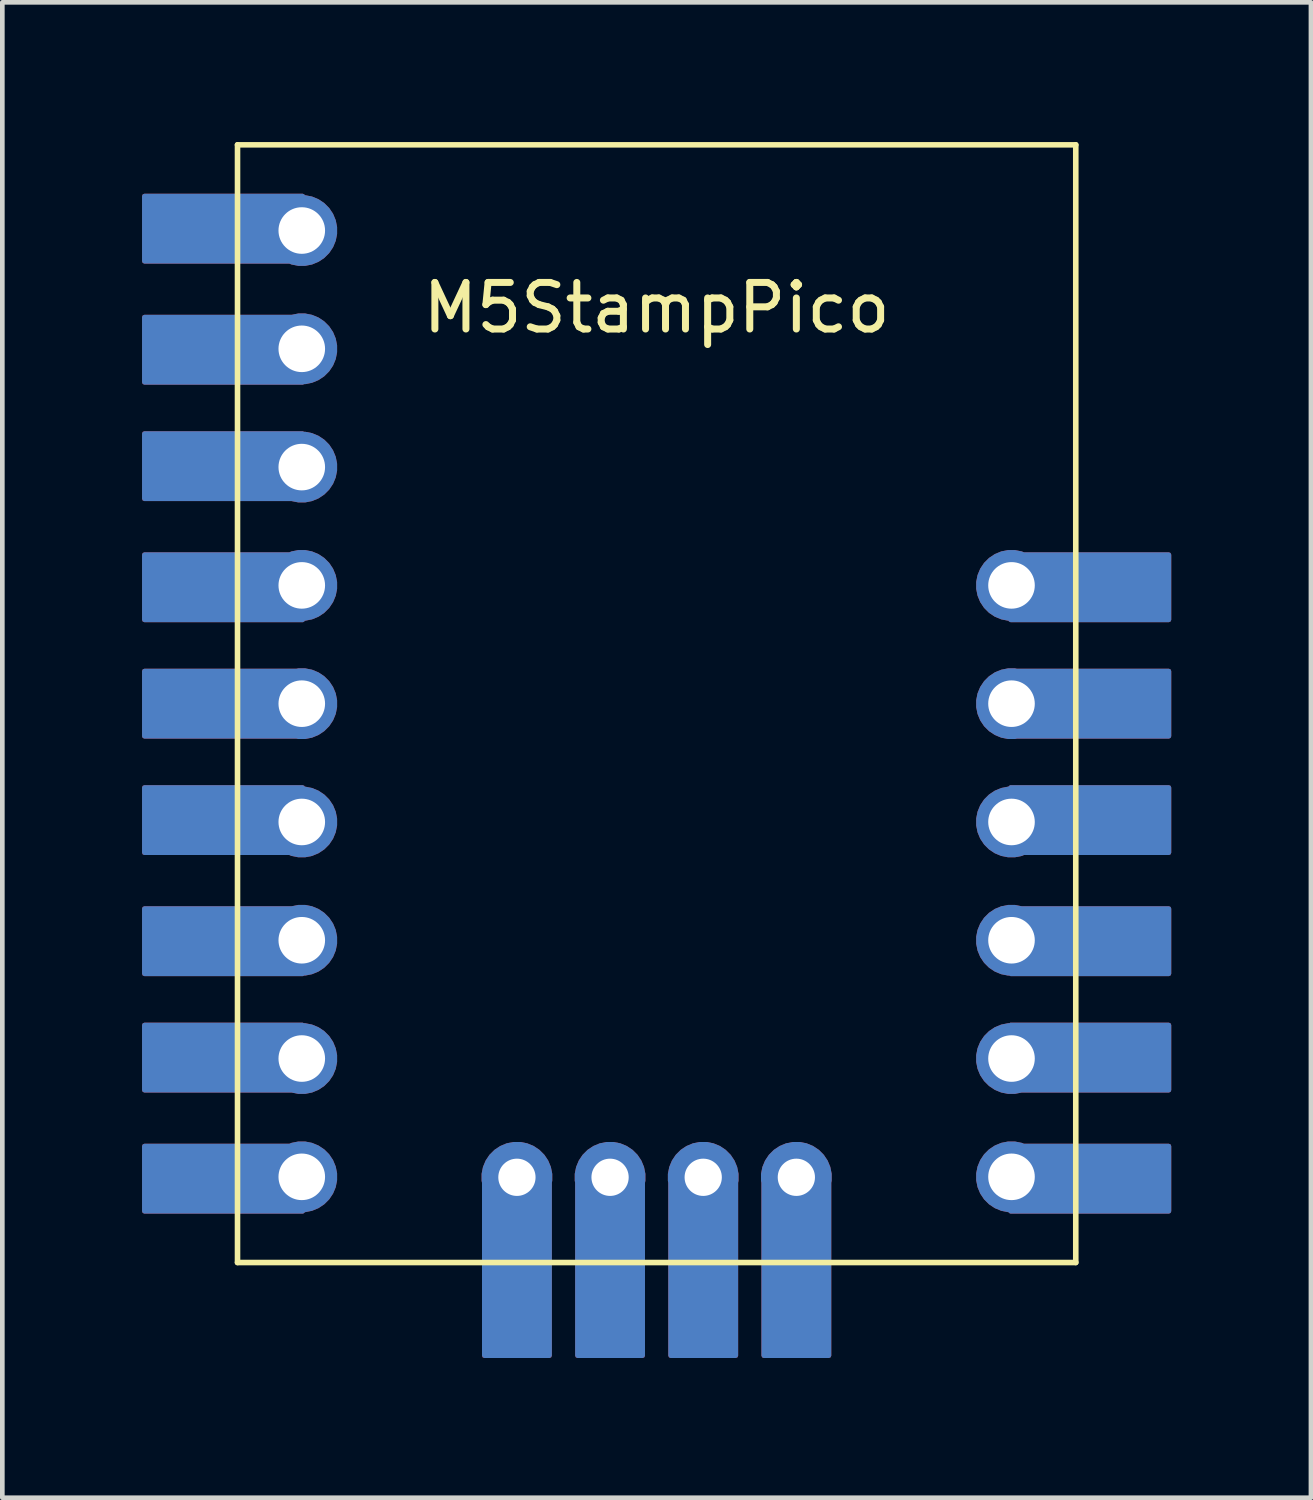
<source format=kicad_pcb>
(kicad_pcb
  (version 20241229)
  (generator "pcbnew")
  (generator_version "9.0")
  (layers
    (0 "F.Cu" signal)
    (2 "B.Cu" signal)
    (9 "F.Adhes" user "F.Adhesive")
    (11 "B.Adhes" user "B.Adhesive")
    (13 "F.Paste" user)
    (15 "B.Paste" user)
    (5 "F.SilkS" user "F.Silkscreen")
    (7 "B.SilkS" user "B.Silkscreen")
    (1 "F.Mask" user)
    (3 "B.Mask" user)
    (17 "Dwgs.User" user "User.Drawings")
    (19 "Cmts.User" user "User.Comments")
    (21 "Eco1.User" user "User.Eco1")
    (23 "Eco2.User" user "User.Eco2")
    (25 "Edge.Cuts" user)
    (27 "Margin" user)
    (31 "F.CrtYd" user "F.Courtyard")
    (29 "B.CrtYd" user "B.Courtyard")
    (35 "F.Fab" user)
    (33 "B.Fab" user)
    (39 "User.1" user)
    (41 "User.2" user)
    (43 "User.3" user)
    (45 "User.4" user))
  (footprint "M5StampPico"
    (layer "F.Cu")
    (at 11.05 12.06)
    (property "Reference" "M5StampPico" (at 0 -8.5 0) (layer "F.SilkS") (effects (font (size 1 1) (thickness 0.15))))
    (attr through_hole)
    (fp_line (start -9 -12) (end 9 -12) (stroke (width 0.12) (type solid)) (layer "F.SilkS"))
    (fp_line (start -9 12) (end -9 -12) (stroke (width 0.12) (type solid)) (layer "F.SilkS"))
    (fp_line (start 9 -12) (end 9 12) (stroke (width 0.12) (type solid)) (layer "F.SilkS"))
    (fp_line (start 9 12) (end -9 12) (stroke (width 0.12) (type solid)) (layer "F.SilkS"))
    (pad "1" thru_hole custom (at -7.62 -10.16) (size 1.524 1.524) (drill 1) (layers "*.Cu" "*.Mask") (options (anchor circle)) (primitives (gr_poly (pts (xy -0.58 -0.34) (xy -0.58 0.26) (xy 0.02 0.66) (xy -3.38 0.66) (xy -3.38 -0.74) (xy 0.02 -0.74)) (width 0.1) (fill yes))))
    (pad "2" thru_hole custom (at -7.62 -7.62) (size 1.524 1.524) (drill 1) (layers "*.Cu" "*.Mask") (options (anchor circle)) (primitives (gr_poly (pts (xy -0.58 -0.28) (xy -0.58 0.32) (xy 0.02 0.72) (xy -3.38 0.72) (xy -3.38 -0.68) (xy 0.02 -0.68)) (width 0.1) (fill yes))))
    (pad "3" thru_hole custom (at -7.62 -5.08) (size 1.524 1.524) (drill 1) (layers "*.Cu" "*.Mask") (options (anchor circle)) (primitives (gr_poly (pts (xy -0.58 -0.32) (xy -0.58 0.28) (xy 0.02 0.68) (xy -3.38 0.68) (xy -3.38 -0.72) (xy 0.02 -0.72)) (width 0.1) (fill yes))))
    (pad "4" thru_hole custom (at -7.62 -2.54) (size 1.524 1.524) (drill 1) (layers "*.Cu" "*.Mask") (options (anchor circle)) (primitives (gr_poly (pts (xy -0.58 -0.26) (xy -0.58 0.34) (xy 0.02 0.74) (xy -3.38 0.74) (xy -3.38 -0.66) (xy 0.02 -0.66)) (width 0.1) (fill yes))))
    (pad "5" thru_hole custom (at -7.62 0) (size 1.524 1.524) (drill 1) (layers "*.Cu" "*.Mask") (options (anchor circle)) (primitives (gr_poly (pts (xy -0.58 -0.3) (xy -0.58 0.3) (xy 0.02 0.7) (xy -3.38 0.7) (xy -3.38 -0.7) (xy 0.02 -0.7)) (width 0.1) (fill yes))))
    (pad "6" thru_hole custom (at -7.62 2.54) (size 1.524 1.524) (drill 1) (layers "*.Cu" "*.Mask") (options (anchor circle)) (primitives (gr_poly (pts (xy -0.58 -0.34) (xy -0.58 0.26) (xy 0.02 0.66) (xy -3.38 0.66) (xy -3.38 -0.74) (xy 0.02 -0.74)) (width 0.1) (fill yes))))
    (pad "7" thru_hole custom (at -7.62 5.08) (size 1.524 1.524) (drill 1) (layers "*.Cu" "*.Mask") (options (anchor circle)) (primitives (gr_poly (pts (xy -0.58 -0.28) (xy -0.58 0.32) (xy 0.02 0.72) (xy -3.38 0.72) (xy -3.38 -0.68) (xy 0.02 -0.68)) (width 0.1) (fill yes))))
    (pad "8" thru_hole custom (at -7.62 7.62) (size 1.524 1.524) (drill 1) (layers "*.Cu" "*.Mask") (options (anchor circle)) (primitives (gr_poly (pts (xy -0.58 -0.32) (xy -0.58 0.28) (xy 0.02 0.68) (xy -3.38 0.68) (xy -3.38 -0.72) (xy 0.02 -0.72)) (width 0.1) (fill yes))))
    (pad "9" thru_hole custom (at -7.62 10.16) (size 1.524 1.524) (drill 1) (layers "*.Cu" "*.Mask") (options (anchor circle)) (primitives (gr_poly (pts (xy -0.58 -0.26) (xy -0.58 0.34) (xy 0.02 0.74) (xy -3.38 0.74) (xy -3.38 -0.66) (xy 0.02 -0.66)) (width 0.1) (fill yes))))
    (pad "10" thru_hole custom (at -3 10.17) (size 1.524 1.524) (drill 0.8) (layers "*.Cu" "*.Mask") (options (anchor circle)) (primitives (gr_poly (pts (xy -0.3 0.63) (xy 0.3 0.63) (xy 0.7 0.03) (xy 0.7 3.83) (xy -0.7 3.83) (xy -0.7 0.03)) (width 0.1) (fill yes))))
    (pad "11" thru_hole custom (at -1 10.17) (size 1.524 1.524) (drill 0.8) (layers "*.Cu" "*.Mask") (options (anchor circle)) (primitives (gr_poly (pts (xy -0.3 0.63) (xy 0.3 0.63) (xy 0.7 0.03) (xy 0.7 3.83) (xy -0.7 3.83) (xy -0.7 0.03)) (width 0.1) (fill yes))))
    (pad "12" thru_hole custom (at 1 10.17) (size 1.524 1.524) (drill 0.8) (layers "*.Cu" "*.Mask") (options (anchor circle)) (primitives (gr_poly (pts (xy -0.3 0.63) (xy 0.3 0.63) (xy 0.7 0.03) (xy 0.7 3.83) (xy -0.7 3.83) (xy -0.7 0.03)) (width 0.1) (fill yes))))
    (pad "13" thru_hole custom (at 3 10.17) (size 1.524 1.524) (drill 0.8) (layers "*.Cu" "*.Mask") (options (anchor circle)) (primitives (gr_poly (pts (xy -0.3 0.63) (xy 0.3 0.63) (xy 0.7 0.03) (xy 0.7 3.83) (xy -0.7 3.83) (xy -0.7 0.03)) (width 0.1) (fill yes))))
    (pad "14" thru_hole custom (at 7.62 10.16) (size 1.524 1.524) (drill 1) (layers "*.Cu" "*.Mask") (options (anchor circle)) (primitives (gr_poly (pts (xy 0.58 -0.26) (xy 0.58 0.34) (xy -0.02 0.74) (xy 3.38 0.74) (xy 3.38 -0.66) (xy -0.02 -0.66)) (width 0.1) (fill yes))))
    (pad "15" thru_hole custom (at 7.62 7.62) (size 1.524 1.524) (drill 1) (layers "*.Cu" "*.Mask") (options (anchor circle)) (primitives (gr_poly (pts (xy 0.58 -0.32) (xy 0.58 0.28) (xy -0.02 0.68) (xy 3.38 0.68) (xy 3.38 -0.72) (xy -0.02 -0.72)) (width 0.1) (fill yes))))
    (pad "16" thru_hole custom (at 7.62 5.08) (size 1.524 1.524) (drill 1) (layers "*.Cu" "*.Mask") (options (anchor circle)) (primitives (gr_poly (pts (xy 0.58 -0.28) (xy 0.58 0.32) (xy -0.02 0.72) (xy 3.38 0.72) (xy 3.38 -0.68) (xy -0.02 -0.68)) (width 0.1) (fill yes))))
    (pad "17" thru_hole custom (at 7.62 2.54) (size 1.524 1.524) (drill 1) (layers "*.Cu" "*.Mask") (options (anchor circle)) (primitives (gr_poly (pts (xy 0.58 -0.34) (xy 0.58 0.26) (xy -0.02 0.66) (xy 3.38 0.66) (xy 3.38 -0.74) (xy -0.02 -0.74)) (width 0.1) (fill yes))))
    (pad "18" thru_hole custom (at 7.62 0) (size 1.524 1.524) (drill 1) (layers "*.Cu" "*.Mask") (options (anchor circle)) (primitives (gr_poly (pts (xy 0.58 -0.3) (xy 0.58 0.3) (xy -0.02 0.7) (xy 3.38 0.7) (xy 3.38 -0.7) (xy -0.02 -0.7)) (width 0.1) (fill yes))))
    (pad "19" thru_hole custom (at 7.62 -2.54) (size 1.524 1.524) (drill 1) (layers "*.Cu" "*.Mask") (options (anchor circle)) (primitives (gr_poly (pts (xy 0.58 -0.26) (xy 0.58 0.34) (xy -0.02 0.74) (xy 3.38 0.74) (xy 3.38 -0.66) (xy -0.02 -0.66)) (width 0.1) (fill yes)))))
  (gr_rect
    (start -3 -3)
    (end 25.1 29.11)
    (stroke (width 0.1) (type default))
    (fill no)
    (layer "Edge.Cuts")))
</source>
